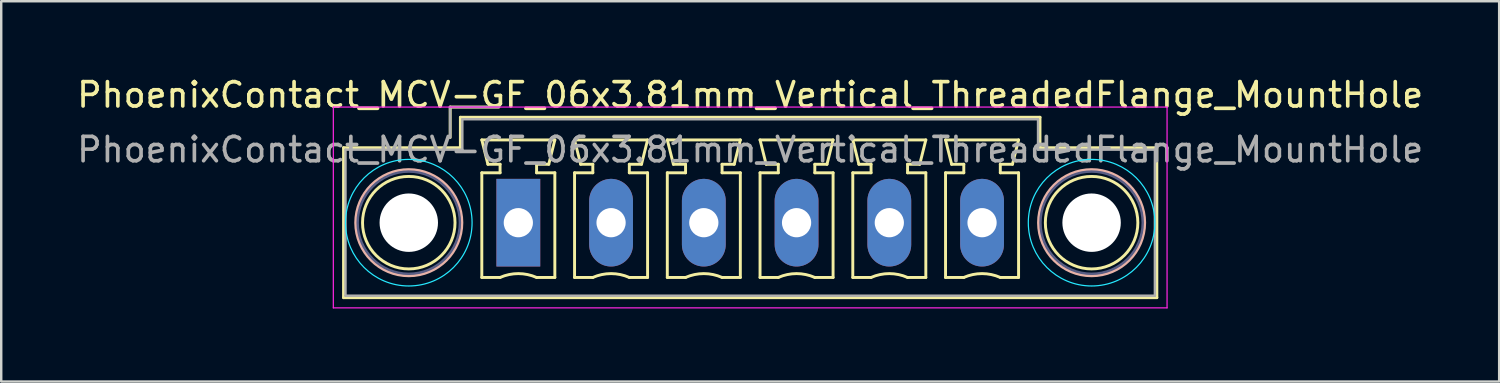
<source format=kicad_pcb>
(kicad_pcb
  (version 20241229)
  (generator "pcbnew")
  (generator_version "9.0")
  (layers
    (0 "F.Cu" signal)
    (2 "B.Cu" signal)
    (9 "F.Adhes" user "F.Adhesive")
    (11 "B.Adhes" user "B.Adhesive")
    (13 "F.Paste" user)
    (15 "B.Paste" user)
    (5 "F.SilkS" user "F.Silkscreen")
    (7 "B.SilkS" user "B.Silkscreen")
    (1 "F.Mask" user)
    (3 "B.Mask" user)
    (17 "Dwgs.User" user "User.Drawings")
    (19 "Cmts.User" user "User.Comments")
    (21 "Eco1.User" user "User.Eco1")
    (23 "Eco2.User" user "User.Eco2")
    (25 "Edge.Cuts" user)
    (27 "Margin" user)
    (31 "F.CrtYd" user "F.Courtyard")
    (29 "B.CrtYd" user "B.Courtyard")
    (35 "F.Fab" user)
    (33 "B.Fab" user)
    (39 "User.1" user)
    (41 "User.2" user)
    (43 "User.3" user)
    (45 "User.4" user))
  (footprint "PhoenixContact_MCV-GF_06x3.81mm_Vertical_ThreadedFlange_MountHole"
    (layer "F.Cu")
    (at 18.243 6.098)
    (property "Reference" "PhoenixContact_MCV-GF_06x3.81mm_Vertical_ThreadedFlange_MountHole" (at 9.525 -5.25 0) (layer "F.SilkS") (effects (font (size 1 1) (thickness 0.15))))
    (attr through_hole)
    (fp_line (start -7.18 -3.08) (end -7.18 3.08) (stroke (width 0.12) (type solid)) (layer "F.SilkS"))
    (fp_line (start -7.18 3.08) (end 26.23 3.08) (stroke (width 0.12) (type solid)) (layer "F.SilkS"))
    (fp_line (start -2.8 -4.75) (end -0.8 -4.75) (stroke (width 0.12) (type solid)) (layer "F.SilkS"))
    (fp_line (start -2.8 -3.5) (end -2.8 -4.75) (stroke (width 0.12) (type solid)) (layer "F.SilkS"))
    (fp_line (start -2.38 -4.33) (end -2.38 -3.08) (stroke (width 0.12) (type solid)) (layer "F.SilkS"))
    (fp_line (start -2.38 -3.08) (end -7.18 -3.08) (stroke (width 0.12) (type solid)) (layer "F.SilkS"))
    (fp_line (start -1.5 -3.4) (end 1.5 -3.4) (stroke (width 0.12) (type solid)) (layer "F.SilkS"))
    (fp_line (start -1.5 -2.05) (end -0.75 -2.05) (stroke (width 0.12) (type solid)) (layer "F.SilkS"))
    (fp_line (start -1.5 2.25) (end -1.5 -2.05) (stroke (width 0.12) (type solid)) (layer "F.SilkS"))
    (fp_line (start -1.25 -2.4) (end -1.5 -3.4) (stroke (width 0.12) (type solid)) (layer "F.SilkS"))
    (fp_line (start -0.75 -2.4) (end -1.25 -2.4) (stroke (width 0.12) (type solid)) (layer "F.SilkS"))
    (fp_line (start -0.75 -2.05) (end -0.75 -2.4) (stroke (width 0.12) (type solid)) (layer "F.SilkS"))
    (fp_line (start -0.75 2.25) (end -1.5 2.25) (stroke (width 0.12) (type solid)) (layer "F.SilkS"))
    (fp_line (start 0.75 -2.4) (end 0.75 -2.05) (stroke (width 0.12) (type solid)) (layer "F.SilkS"))
    (fp_line (start 0.75 -2.05) (end 1.5 -2.05) (stroke (width 0.12) (type solid)) (layer "F.SilkS"))
    (fp_line (start 1.25 -2.4) (end 0.75 -2.4) (stroke (width 0.12) (type solid)) (layer "F.SilkS"))
    (fp_line (start 1.5 -3.4) (end 1.25 -2.4) (stroke (width 0.12) (type solid)) (layer "F.SilkS"))
    (fp_line (start 1.5 -2.05) (end 1.5 2.25) (stroke (width 0.12) (type solid)) (layer "F.SilkS"))
    (fp_line (start 1.5 2.25) (end 0.75 2.25) (stroke (width 0.12) (type solid)) (layer "F.SilkS"))
    (fp_line (start 2.31 -3.4) (end 5.31 -3.4) (stroke (width 0.12) (type solid)) (layer "F.SilkS"))
    (fp_line (start 2.31 -2.05) (end 3.06 -2.05) (stroke (width 0.12) (type solid)) (layer "F.SilkS"))
    (fp_line (start 2.31 2.25) (end 2.31 -2.05) (stroke (width 0.12) (type solid)) (layer "F.SilkS"))
    (fp_line (start 2.56 -2.4) (end 2.31 -3.4) (stroke (width 0.12) (type solid)) (layer "F.SilkS"))
    (fp_line (start 3.06 -2.4) (end 2.56 -2.4) (stroke (width 0.12) (type solid)) (layer "F.SilkS"))
    (fp_line (start 3.06 -2.05) (end 3.06 -2.4) (stroke (width 0.12) (type solid)) (layer "F.SilkS"))
    (fp_line (start 3.06 2.25) (end 2.31 2.25) (stroke (width 0.12) (type solid)) (layer "F.SilkS"))
    (fp_line (start 4.56 -2.4) (end 4.56 -2.05) (stroke (width 0.12) (type solid)) (layer "F.SilkS"))
    (fp_line (start 4.56 -2.05) (end 5.31 -2.05) (stroke (width 0.12) (type solid)) (layer "F.SilkS"))
    (fp_line (start 5.06 -2.4) (end 4.56 -2.4) (stroke (width 0.12) (type solid)) (layer "F.SilkS"))
    (fp_line (start 5.31 -3.4) (end 5.06 -2.4) (stroke (width 0.12) (type solid)) (layer "F.SilkS"))
    (fp_line (start 5.31 -2.05) (end 5.31 2.25) (stroke (width 0.12) (type solid)) (layer "F.SilkS"))
    (fp_line (start 5.31 2.25) (end 4.56 2.25) (stroke (width 0.12) (type solid)) (layer "F.SilkS"))
    (fp_line (start 6.12 -3.4) (end 9.12 -3.4) (stroke (width 0.12) (type solid)) (layer "F.SilkS"))
    (fp_line (start 6.12 -2.05) (end 6.87 -2.05) (stroke (width 0.12) (type solid)) (layer "F.SilkS"))
    (fp_line (start 6.12 2.25) (end 6.12 -2.05) (stroke (width 0.12) (type solid)) (layer "F.SilkS"))
    (fp_line (start 6.37 -2.4) (end 6.12 -3.4) (stroke (width 0.12) (type solid)) (layer "F.SilkS"))
    (fp_line (start 6.87 -2.4) (end 6.37 -2.4) (stroke (width 0.12) (type solid)) (layer "F.SilkS"))
    (fp_line (start 6.87 -2.05) (end 6.87 -2.4) (stroke (width 0.12) (type solid)) (layer "F.SilkS"))
    (fp_line (start 6.87 2.25) (end 6.12 2.25) (stroke (width 0.12) (type solid)) (layer "F.SilkS"))
    (fp_line (start 8.37 -2.4) (end 8.37 -2.05) (stroke (width 0.12) (type solid)) (layer "F.SilkS"))
    (fp_line (start 8.37 -2.05) (end 9.12 -2.05) (stroke (width 0.12) (type solid)) (layer "F.SilkS"))
    (fp_line (start 8.87 -2.4) (end 8.37 -2.4) (stroke (width 0.12) (type solid)) (layer "F.SilkS"))
    (fp_line (start 9.12 -3.4) (end 8.87 -2.4) (stroke (width 0.12) (type solid)) (layer "F.SilkS"))
    (fp_line (start 9.12 -2.05) (end 9.12 2.25) (stroke (width 0.12) (type solid)) (layer "F.SilkS"))
    (fp_line (start 9.12 2.25) (end 8.37 2.25) (stroke (width 0.12) (type solid)) (layer "F.SilkS"))
    (fp_line (start 9.93 -3.4) (end 12.93 -3.4) (stroke (width 0.12) (type solid)) (layer "F.SilkS"))
    (fp_line (start 9.93 -2.05) (end 10.68 -2.05) (stroke (width 0.12) (type solid)) (layer "F.SilkS"))
    (fp_line (start 9.93 2.25) (end 9.93 -2.05) (stroke (width 0.12) (type solid)) (layer "F.SilkS"))
    (fp_line (start 10.18 -2.4) (end 9.93 -3.4) (stroke (width 0.12) (type solid)) (layer "F.SilkS"))
    (fp_line (start 10.68 -2.4) (end 10.18 -2.4) (stroke (width 0.12) (type solid)) (layer "F.SilkS"))
    (fp_line (start 10.68 -2.05) (end 10.68 -2.4) (stroke (width 0.12) (type solid)) (layer "F.SilkS"))
    (fp_line (start 10.68 2.25) (end 9.93 2.25) (stroke (width 0.12) (type solid)) (layer "F.SilkS"))
    (fp_line (start 12.18 -2.4) (end 12.18 -2.05) (stroke (width 0.12) (type solid)) (layer "F.SilkS"))
    (fp_line (start 12.18 -2.05) (end 12.93 -2.05) (stroke (width 0.12) (type solid)) (layer "F.SilkS"))
    (fp_line (start 12.68 -2.4) (end 12.18 -2.4) (stroke (width 0.12) (type solid)) (layer "F.SilkS"))
    (fp_line (start 12.93 -3.4) (end 12.68 -2.4) (stroke (width 0.12) (type solid)) (layer "F.SilkS"))
    (fp_line (start 12.93 -2.05) (end 12.93 2.25) (stroke (width 0.12) (type solid)) (layer "F.SilkS"))
    (fp_line (start 12.93 2.25) (end 12.18 2.25) (stroke (width 0.12) (type solid)) (layer "F.SilkS"))
    (fp_line (start 13.74 -3.4) (end 16.74 -3.4) (stroke (width 0.12) (type solid)) (layer "F.SilkS"))
    (fp_line (start 13.74 -2.05) (end 14.49 -2.05) (stroke (width 0.12) (type solid)) (layer "F.SilkS"))
    (fp_line (start 13.74 2.25) (end 13.74 -2.05) (stroke (width 0.12) (type solid)) (layer "F.SilkS"))
    (fp_line (start 13.99 -2.4) (end 13.74 -3.4) (stroke (width 0.12) (type solid)) (layer "F.SilkS"))
    (fp_line (start 14.49 -2.4) (end 13.99 -2.4) (stroke (width 0.12) (type solid)) (layer "F.SilkS"))
    (fp_line (start 14.49 -2.05) (end 14.49 -2.4) (stroke (width 0.12) (type solid)) (layer "F.SilkS"))
    (fp_line (start 14.49 2.25) (end 13.74 2.25) (stroke (width 0.12) (type solid)) (layer "F.SilkS"))
    (fp_line (start 15.99 -2.4) (end 15.99 -2.05) (stroke (width 0.12) (type solid)) (layer "F.SilkS"))
    (fp_line (start 15.99 -2.05) (end 16.74 -2.05) (stroke (width 0.12) (type solid)) (layer "F.SilkS"))
    (fp_line (start 16.49 -2.4) (end 15.99 -2.4) (stroke (width 0.12) (type solid)) (layer "F.SilkS"))
    (fp_line (start 16.74 -3.4) (end 16.49 -2.4) (stroke (width 0.12) (type solid)) (layer "F.SilkS"))
    (fp_line (start 16.74 -2.05) (end 16.74 2.25) (stroke (width 0.12) (type solid)) (layer "F.SilkS"))
    (fp_line (start 16.74 2.25) (end 15.99 2.25) (stroke (width 0.12) (type solid)) (layer "F.SilkS"))
    (fp_line (start 17.55 -3.4) (end 20.55 -3.4) (stroke (width 0.12) (type solid)) (layer "F.SilkS"))
    (fp_line (start 17.55 -2.05) (end 18.3 -2.05) (stroke (width 0.12) (type solid)) (layer "F.SilkS"))
    (fp_line (start 17.55 2.25) (end 17.55 -2.05) (stroke (width 0.12) (type solid)) (layer "F.SilkS"))
    (fp_line (start 17.8 -2.4) (end 17.55 -3.4) (stroke (width 0.12) (type solid)) (layer "F.SilkS"))
    (fp_line (start 18.3 -2.4) (end 17.8 -2.4) (stroke (width 0.12) (type solid)) (layer "F.SilkS"))
    (fp_line (start 18.3 -2.05) (end 18.3 -2.4) (stroke (width 0.12) (type solid)) (layer "F.SilkS"))
    (fp_line (start 18.3 2.25) (end 17.55 2.25) (stroke (width 0.12) (type solid)) (layer "F.SilkS"))
    (fp_line (start 19.8 -2.4) (end 19.8 -2.05) (stroke (width 0.12) (type solid)) (layer "F.SilkS"))
    (fp_line (start 19.8 -2.05) (end 20.55 -2.05) (stroke (width 0.12) (type solid)) (layer "F.SilkS"))
    (fp_line (start 20.3 -2.4) (end 19.8 -2.4) (stroke (width 0.12) (type solid)) (layer "F.SilkS"))
    (fp_line (start 20.55 -3.4) (end 20.3 -2.4) (stroke (width 0.12) (type solid)) (layer "F.SilkS"))
    (fp_line (start 20.55 -2.05) (end 20.55 2.25) (stroke (width 0.12) (type solid)) (layer "F.SilkS"))
    (fp_line (start 20.55 2.25) (end 19.8 2.25) (stroke (width 0.12) (type solid)) (layer "F.SilkS"))
    (fp_line (start 21.43 -4.33) (end -2.38 -4.33) (stroke (width 0.12) (type solid)) (layer "F.SilkS"))
    (fp_line (start 21.43 -3.08) (end 21.43 -4.33) (stroke (width 0.12) (type solid)) (layer "F.SilkS"))
    (fp_line (start 26.23 -3.08) (end 21.43 -3.08) (stroke (width 0.12) (type solid)) (layer "F.SilkS"))
    (fp_line (start 26.23 3.08) (end 26.23 -3.08) (stroke (width 0.12) (type solid)) (layer "F.SilkS"))
    (fp_arc (start -0.75 2.25) (mid -0.000193 2.09191) (end 0.749647 2.249844) (stroke (width 0.12) (type solid)) (layer "F.SilkS"))
    (fp_arc (start 3.06 2.25) (mid 3.809807 2.09191) (end 4.559647 2.249844) (stroke (width 0.12) (type solid)) (layer "F.SilkS"))
    (fp_arc (start 6.87 2.25) (mid 7.619807 2.09191) (end 8.369647 2.249844) (stroke (width 0.12) (type solid)) (layer "F.SilkS"))
    (fp_arc (start 10.68 2.25) (mid 11.429807 2.09191) (end 12.179647 2.249844) (stroke (width 0.12) (type solid)) (layer "F.SilkS"))
    (fp_arc (start 14.49 2.25) (mid 15.239807 2.09191) (end 15.989647 2.249844) (stroke (width 0.12) (type solid)) (layer "F.SilkS"))
    (fp_arc (start 18.3 2.25) (mid 19.049807 2.09191) (end 19.799647 2.249844) (stroke (width 0.12) (type solid)) (layer "F.SilkS"))
    (fp_circle (center -4.5 0) (end -2.6 0) (stroke (width 0.12) (type solid)) (fill no) (layer "F.SilkS"))
    (fp_circle (center 23.55 0) (end 25.45 0) (stroke (width 0.12) (type solid)) (fill no) (layer "F.SilkS"))
    (fp_circle (center -4.5 0) (end -2.32 0) (stroke (width 0.12) (type solid)) (fill no) (layer "B.SilkS"))
    (fp_circle (center 23.55 0) (end 25.73 0) (stroke (width 0.12) (type solid)) (fill no) (layer "B.SilkS"))
    (fp_circle (center -4.5 0) (end -1.9 0) (stroke (width 0.05) (type solid)) (fill no) (layer "B.CrtYd"))
    (fp_circle (center 23.55 0) (end 26.15 0) (stroke (width 0.05) (type solid)) (fill no) (layer "B.CrtYd"))
    (fp_line (start -7.6 -4.75) (end -7.6 3.5) (stroke (width 0.05) (type solid)) (layer "F.CrtYd"))
    (fp_line (start -7.6 3.5) (end 26.65 3.5) (stroke (width 0.05) (type solid)) (layer "F.CrtYd"))
    (fp_line (start 26.65 -4.75) (end -7.6 -4.75) (stroke (width 0.05) (type solid)) (layer "F.CrtYd"))
    (fp_line (start 26.65 3.5) (end 26.65 -4.75) (stroke (width 0.05) (type solid)) (layer "F.CrtYd"))
    (fp_circle (center -4.5 0) (end -2.4 0) (stroke (width 0.1) (type solid)) (fill no) (layer "B.Fab"))
    (fp_circle (center 23.55 0) (end 25.65 0) (stroke (width 0.1) (type solid)) (fill no) (layer "B.Fab"))
    (fp_line (start -7.1 -3) (end -7.1 3) (stroke (width 0.1) (type solid)) (layer "F.Fab"))
    (fp_line (start -7.1 3) (end 26.15 3) (stroke (width 0.1) (type solid)) (layer "F.Fab"))
    (fp_line (start -2.8 -4.75) (end -0.8 -4.75) (stroke (width 0.1) (type solid)) (layer "F.Fab"))
    (fp_line (start -2.8 -3.5) (end -2.8 -4.75) (stroke (width 0.1) (type solid)) (layer "F.Fab"))
    (fp_line (start -2.3 -4.25) (end -2.3 -3) (stroke (width 0.1) (type solid)) (layer "F.Fab"))
    (fp_line (start -2.3 -3) (end -7.1 -3) (stroke (width 0.1) (type solid)) (layer "F.Fab"))
    (fp_line (start 21.35 -4.25) (end -2.3 -4.25) (stroke (width 0.1) (type solid)) (layer "F.Fab"))
    (fp_line (start 21.35 -3) (end 21.35 -4.25) (stroke (width 0.1) (type solid)) (layer "F.Fab"))
    (fp_line (start 26.15 -3) (end 21.35 -3) (stroke (width 0.1) (type solid)) (layer "F.Fab"))
    (fp_line (start 26.15 3) (end 26.15 -3) (stroke (width 0.1) (type solid)) (layer "F.Fab"))
    (fp_text user "${REFERENCE}" (at 9.525 -3 0) (layer "F.Fab") (effects (font (size 1 1) (thickness 0.15))))
    (pad "" np_thru_hole circle (at -4.5 0) (size 2.4 2.4) (drill 2.4) (layers "*.Cu" "*.Mask"))
    (pad "" np_thru_hole circle (at 23.55 0) (size 2.4 2.4) (drill 2.4) (layers "*.Cu" "*.Mask"))
    (pad "1" thru_hole rect (at 0 0) (size 1.8 3.6) (drill 1.2) (layers "*.Cu" "*.Mask"))
    (pad "2" thru_hole oval (at 3.81 0) (size 1.8 3.6) (drill 1.2) (layers "*.Cu" "*.Mask"))
    (pad "3" thru_hole oval (at 7.62 0) (size 1.8 3.6) (drill 1.2) (layers "*.Cu" "*.Mask"))
    (pad "4" thru_hole oval (at 11.43 0) (size 1.8 3.6) (drill 1.2) (layers "*.Cu" "*.Mask"))
    (pad "5" thru_hole oval (at 15.24 0) (size 1.8 3.6) (drill 1.2) (layers "*.Cu" "*.Mask"))
    (pad "6" thru_hole oval (at 19.05 0) (size 1.8 3.6) (drill 1.2) (layers "*.Cu" "*.Mask")))
  (gr_rect
    (start -3 -3)
    (end 58.536 12.623)
    (stroke (width 0.1) (type default))
    (fill no)
    (layer "Edge.Cuts")))
</source>
